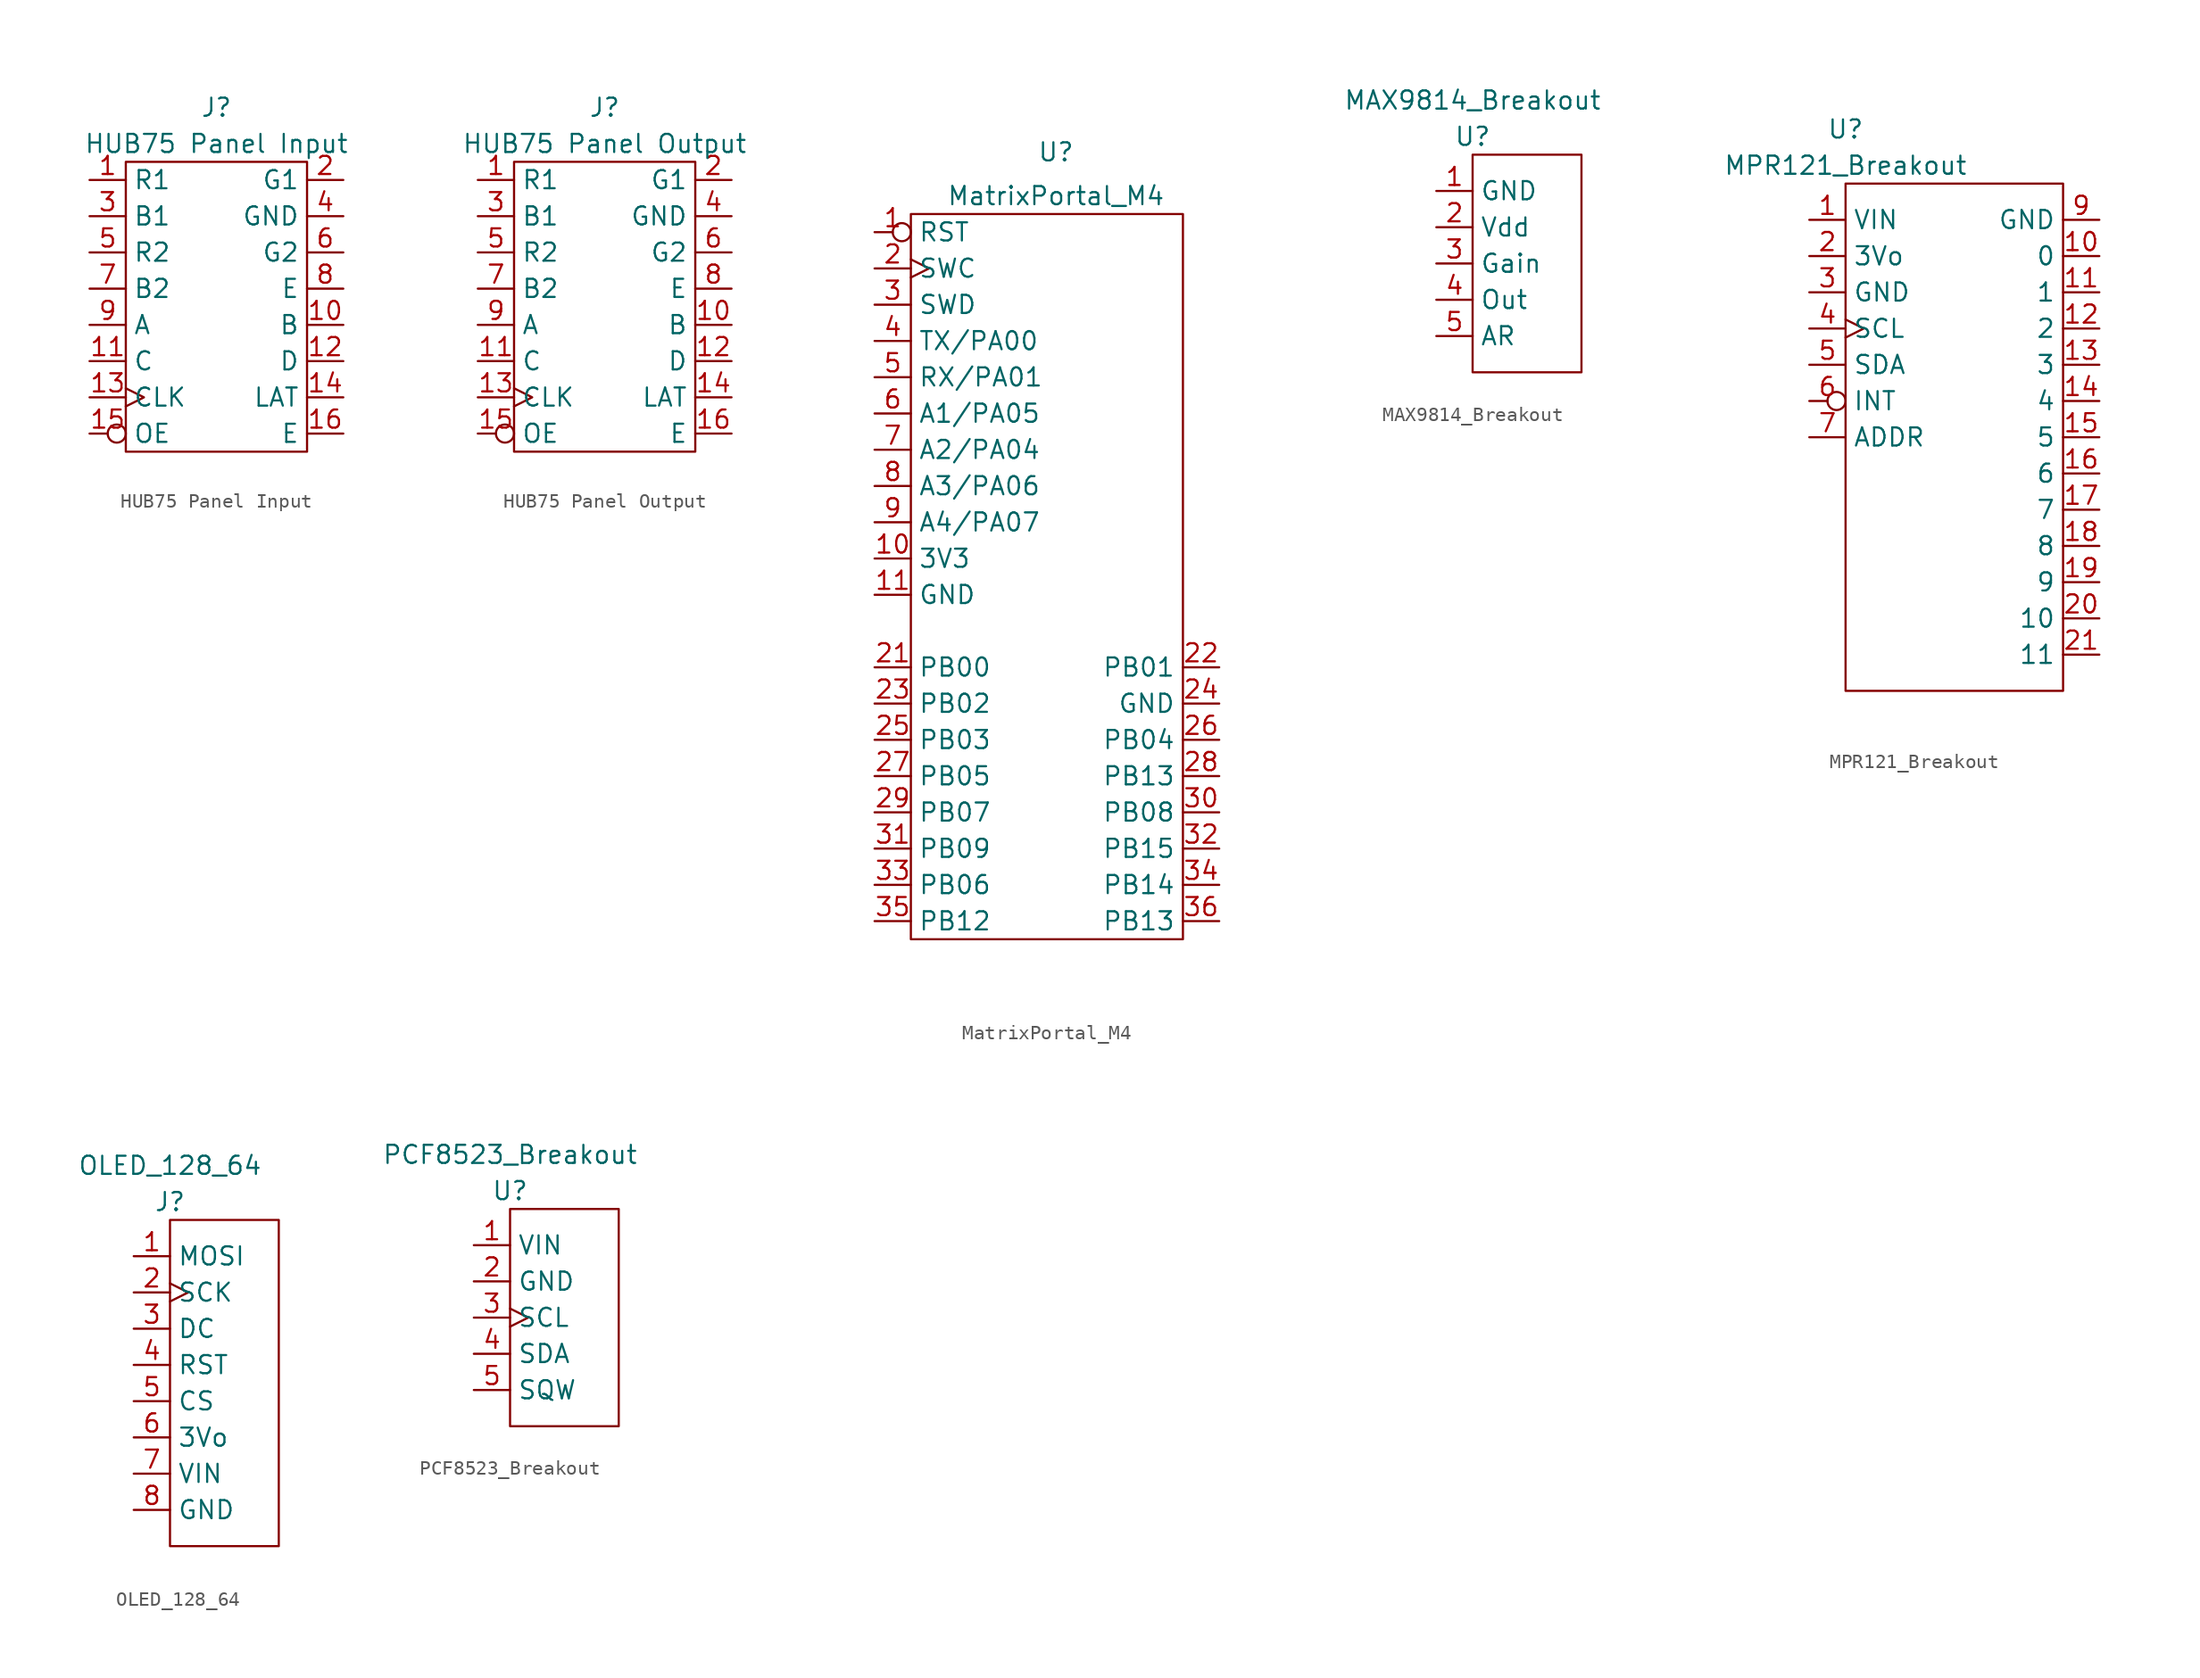
<source format=kicad_sym>
(kicad_symbol_lib
  (version 20211014)
  (generator kicad_symbol_editor)
  (symbol "HUB75 Panel Input"
    (property "Reference" "J"
      (at 0 1.27 0)
      (effects (font (size 1.27 1.27))))
    (property "Value" "HUB75 Panel Input"
      (at 0 -1.27 0)
      (effects (font (size 1.27 1.27))))
    (symbol "HUB75 Panel Input_0_1"
      (rectangle (start -6.35 -2.54) (end 6.35 -22.86) (stroke (width 0) (type default) (color 0 0 0 0)) (fill (type none))))
    (symbol "HUB75 Panel Input_1_1"
      (pin input line (at -8.89 -3.81 0) (length 2.54) (name "R1" (effects (font (size 1.27 1.27)))) (number "1" (effects (font (size 1.27 1.27)))))
      (pin input line (at 8.89 -13.97 180) (length 2.54) (name "B" (effects (font (size 1.27 1.27)))) (number "10" (effects (font (size 1.27 1.27)))))
      (pin input line (at -8.89 -16.51 0) (length 2.54) (name "C" (effects (font (size 1.27 1.27)))) (number "11" (effects (font (size 1.27 1.27)))))
      (pin input line (at 8.89 -16.51 180) (length 2.54) (name "D" (effects (font (size 1.27 1.27)))) (number "12" (effects (font (size 1.27 1.27)))))
      (pin input clock (at -8.89 -19.05 0) (length 2.54) (name "CLK" (effects (font (size 1.27 1.27)))) (number "13" (effects (font (size 1.27 1.27)))))
      (pin input line (at 8.89 -19.05 180) (length 2.54) (name "LAT" (effects (font (size 1.27 1.27)))) (number "14" (effects (font (size 1.27 1.27)))))
      (pin input inverted (at -8.89 -21.59 0) (length 2.54) (name "OE" (effects (font (size 1.27 1.27)))) (number "15" (effects (font (size 1.27 1.27)))))
      (pin input line (at 8.89 -21.59 180) (length 2.54) (name "E" (effects (font (size 1.27 1.27)))) (number "16" (effects (font (size 1.27 1.27)))))
      (pin input line (at 8.89 -3.81 180) (length 2.54) (name "G1" (effects (font (size 1.27 1.27)))) (number "2" (effects (font (size 1.27 1.27)))))
      (pin input line (at -8.89 -6.35 0) (length 2.54) (name "B1" (effects (font (size 1.27 1.27)))) (number "3" (effects (font (size 1.27 1.27)))))
      (pin power_in line (at 8.89 -6.35 180) (length 2.54) (name "GND" (effects (font (size 1.27 1.27)))) (number "4" (effects (font (size 1.27 1.27)))))
      (pin input line (at -8.89 -8.89 0) (length 2.54) (name "R2" (effects (font (size 1.27 1.27)))) (number "5" (effects (font (size 1.27 1.27)))))
      (pin input line (at 8.89 -8.89 180) (length 2.54) (name "G2" (effects (font (size 1.27 1.27)))) (number "6" (effects (font (size 1.27 1.27)))))
      (pin input line (at -8.89 -11.43 0) (length 2.54) (name "B2" (effects (font (size 1.27 1.27)))) (number "7" (effects (font (size 1.27 1.27)))))
      (pin input line (at 8.89 -11.43 180) (length 2.54) (name "E" (effects (font (size 1.27 1.27)))) (number "8" (effects (font (size 1.27 1.27)))))
      (pin input line (at -8.89 -13.97 0) (length 2.54) (name "A" (effects (font (size 1.27 1.27)))) (number "9" (effects (font (size 1.27 1.27)))))))
  (symbol "HUB75 Panel Output"
    (property "Reference" "J"
      (at 0 1.27 0)
      (effects (font (size 1.27 1.27))))
    (property "Value" "HUB75 Panel Output"
      (at 0 -1.27 0)
      (effects (font (size 1.27 1.27))))
    (symbol "HUB75 Panel Output_0_1"
      (rectangle (start -6.35 -2.54) (end 6.35 -22.86) (stroke (width 0) (type default) (color 0 0 0 0)) (fill (type none))))
    (symbol "HUB75 Panel Output_1_1"
      (pin output line (at -8.89 -3.81 0) (length 2.54) (name "R1" (effects (font (size 1.27 1.27)))) (number "1" (effects (font (size 1.27 1.27)))))
      (pin output line (at 8.89 -13.97 180) (length 2.54) (name "B" (effects (font (size 1.27 1.27)))) (number "10" (effects (font (size 1.27 1.27)))))
      (pin output line (at -8.89 -16.51 0) (length 2.54) (name "C" (effects (font (size 1.27 1.27)))) (number "11" (effects (font (size 1.27 1.27)))))
      (pin output line (at 8.89 -16.51 180) (length 2.54) (name "D" (effects (font (size 1.27 1.27)))) (number "12" (effects (font (size 1.27 1.27)))))
      (pin output clock (at -8.89 -19.05 0) (length 2.54) (name "CLK" (effects (font (size 1.27 1.27)))) (number "13" (effects (font (size 1.27 1.27)))))
      (pin output line (at 8.89 -19.05 180) (length 2.54) (name "LAT" (effects (font (size 1.27 1.27)))) (number "14" (effects (font (size 1.27 1.27)))))
      (pin output inverted (at -8.89 -21.59 0) (length 2.54) (name "OE" (effects (font (size 1.27 1.27)))) (number "15" (effects (font (size 1.27 1.27)))))
      (pin output line (at 8.89 -21.59 180) (length 2.54) (name "E" (effects (font (size 1.27 1.27)))) (number "16" (effects (font (size 1.27 1.27)))))
      (pin output line (at 8.89 -3.81 180) (length 2.54) (name "G1" (effects (font (size 1.27 1.27)))) (number "2" (effects (font (size 1.27 1.27)))))
      (pin output line (at -8.89 -6.35 0) (length 2.54) (name "B1" (effects (font (size 1.27 1.27)))) (number "3" (effects (font (size 1.27 1.27)))))
      (pin power_in line (at 8.89 -6.35 180) (length 2.54) (name "GND" (effects (font (size 1.27 1.27)))) (number "4" (effects (font (size 1.27 1.27)))))
      (pin output line (at -8.89 -8.89 0) (length 2.54) (name "R2" (effects (font (size 1.27 1.27)))) (number "5" (effects (font (size 1.27 1.27)))))
      (pin output line (at 8.89 -8.89 180) (length 2.54) (name "G2" (effects (font (size 1.27 1.27)))) (number "6" (effects (font (size 1.27 1.27)))))
      (pin output line (at -8.89 -11.43 0) (length 2.54) (name "B2" (effects (font (size 1.27 1.27)))) (number "7" (effects (font (size 1.27 1.27)))))
      (pin output line (at 8.89 -11.43 180) (length 2.54) (name "E" (effects (font (size 1.27 1.27)))) (number "8" (effects (font (size 1.27 1.27)))))
      (pin output line (at -8.89 -13.97 0) (length 2.54) (name "A" (effects (font (size 1.27 1.27)))) (number "9" (effects (font (size 1.27 1.27)))))))
  (symbol "MatrixPortal_M4"
    (property "Reference" "U"
      (at 0 1.27 0)
      (effects (font (size 1.27 1.27)) (justify top)))
    (property "Value" "MatrixPortal_M4"
      (at 0 -2.54 0)
      (effects (font (size 1.27 1.27))))
    (symbol "MatrixPortal_M4_0_1"
      (rectangle (start -10.16 -3.81) (end 8.89 -54.61) (stroke (width 0) (type default) (color 0 0 0 0)) (fill (type none))))
    (symbol "MatrixPortal_M4_1_1"
      (pin input inverted (at -12.7 -5.08 0) (length 2.54) (name "RST" (effects (font (size 1.27 1.27)))) (number "1" (effects (font (size 1.27 1.27)))))
      (pin power_out line (at -12.7 -27.94 0) (length 2.54) (name "3V3" (effects (font (size 1.27 1.27)))) (number "10" (effects (font (size 1.27 1.27)))))
      (pin power_out line (at -12.7 -30.48 0) (length 2.54) (name "GND" (effects (font (size 1.27 1.27)))) (number "11" (effects (font (size 1.27 1.27)))))
      (pin input clock (at -12.7 -7.62 0) (length 2.54) (name "SWC" (effects (font (size 1.27 1.27)))) (number "2" (effects (font (size 1.27 1.27)))))
      (pin output line (at -12.7 -35.56 0) (length 2.54) (name "PB00" (effects (font (size 1.27 1.27)))) (number "21" (effects (font (size 1.27 1.27)))))
      (pin output line (at 11.43 -35.56 180) (length 2.54) (name "PB01" (effects (font (size 1.27 1.27)))) (number "22" (effects (font (size 1.27 1.27)))))
      (pin output line (at -12.7 -38.1 0) (length 2.54) (name "PB02" (effects (font (size 1.27 1.27)))) (number "23" (effects (font (size 1.27 1.27)))))
      (pin passive line (at 11.43 -38.1 180) (length 2.54) (name "GND" (effects (font (size 1.27 1.27)))) (number "24" (effects (font (size 1.27 1.27)))))
      (pin output line (at -12.7 -40.64 0) (length 2.54) (name "PB03" (effects (font (size 1.27 1.27)))) (number "25" (effects (font (size 1.27 1.27)))))
      (pin output line (at 11.43 -40.64 180) (length 2.54) (name "PB04" (effects (font (size 1.27 1.27)))) (number "26" (effects (font (size 1.27 1.27)))))
      (pin output line (at -12.7 -43.18 0) (length 2.54) (name "PB05" (effects (font (size 1.27 1.27)))) (number "27" (effects (font (size 1.27 1.27)))))
      (pin output line (at 11.43 -43.18 180) (length 2.54) (name "PB13" (effects (font (size 1.27 1.27)))) (number "28" (effects (font (size 1.27 1.27)))))
      (pin output line (at -12.7 -45.72 0) (length 2.54) (name "PB07" (effects (font (size 1.27 1.27)))) (number "29" (effects (font (size 1.27 1.27)))))
      (pin bidirectional line (at -12.7 -10.16 0) (length 2.54) (name "SWD" (effects (font (size 1.27 1.27)))) (number "3" (effects (font (size 1.27 1.27)))))
      (pin output line (at 11.43 -45.72 180) (length 2.54) (name "PB08" (effects (font (size 1.27 1.27)))) (number "30" (effects (font (size 1.27 1.27)))))
      (pin output line (at -12.7 -48.26 0) (length 2.54) (name "PB09" (effects (font (size 1.27 1.27)))) (number "31" (effects (font (size 1.27 1.27)))))
      (pin output line (at 11.43 -48.26 180) (length 2.54) (name "PB15" (effects (font (size 1.27 1.27)))) (number "32" (effects (font (size 1.27 1.27)))))
      (pin output line (at -12.7 -50.8 0) (length 2.54) (name "PB06" (effects (font (size 1.27 1.27)))) (number "33" (effects (font (size 1.27 1.27)))))
      (pin output line (at 11.43 -50.8 180) (length 2.54) (name "PB14" (effects (font (size 1.27 1.27)))) (number "34" (effects (font (size 1.27 1.27)))))
      (pin output line (at -12.7 -53.34 0) (length 2.54) (name "PB12" (effects (font (size 1.27 1.27)))) (number "35" (effects (font (size 1.27 1.27)))))
      (pin output line (at 11.43 -53.34 180) (length 2.54) (name "PB13" (effects (font (size 1.27 1.27)))) (number "36" (effects (font (size 1.27 1.27)))))
      (pin bidirectional line (at -12.7 -12.7 0) (length 2.54) (name "TX/PA00" (effects (font (size 1.27 1.27)))) (number "4" (effects (font (size 1.27 1.27)))))
      (pin bidirectional line (at -12.7 -15.24 0) (length 2.54) (name "RX/PA01" (effects (font (size 1.27 1.27)))) (number "5" (effects (font (size 1.27 1.27)))))
      (pin bidirectional line (at -12.7 -17.78 0) (length 2.54) (name "A1/PA05" (effects (font (size 1.27 1.27)))) (number "6" (effects (font (size 1.27 1.27)))))
      (pin bidirectional line (at -12.7 -20.32 0) (length 2.54) (name "A2/PA04" (effects (font (size 1.27 1.27)))) (number "7" (effects (font (size 1.27 1.27)))))
      (pin bidirectional line (at -12.7 -22.86 0) (length 2.54) (name "A3/PA06" (effects (font (size 1.27 1.27)))) (number "8" (effects (font (size 1.27 1.27)))))
      (pin bidirectional line (at -12.7 -25.4 0) (length 2.54) (name "A4/PA07" (effects (font (size 1.27 1.27)))) (number "9" (effects (font (size 1.27 1.27)))))))
  (symbol "MAX9814_Breakout"
    (property "Reference" "U"
      (at 0 1.27 0)
      (effects (font (size 1.27 1.27))))
    (property "Value" "MAX9814_Breakout"
      (at 0 3.81 0)
      (effects (font (size 1.27 1.27))))
    (symbol "MAX9814_Breakout_0_1"
      (rectangle (start 0 0) (end 7.62 -15.24) (stroke (width 0) (type default) (color 0 0 0 0)) (fill (type none))))
    (symbol "MAX9814_Breakout_1_1"
      (pin passive line (at -2.54 -2.54 0) (length 2.54) (name "GND" (effects (font (size 1.27 1.27)))) (number "1" (effects (font (size 1.27 1.27)))))
      (pin passive line (at -2.54 -5.08 0) (length 2.54) (name "Vdd" (effects (font (size 1.27 1.27)))) (number "2" (effects (font (size 1.27 1.27)))))
      (pin input line (at -2.54 -7.62 0) (length 2.54) (name "Gain" (effects (font (size 1.27 1.27)))) (number "3" (effects (font (size 1.27 1.27)))))
      (pin output line (at -2.54 -10.16 0) (length 2.54) (name "Out" (effects (font (size 1.27 1.27)))) (number "4" (effects (font (size 1.27 1.27)))))
      (pin input line (at -2.54 -12.7 0) (length 2.54) (name "AR" (effects (font (size 1.27 1.27)))) (number "5" (effects (font (size 1.27 1.27)))))))
  (symbol "MPR121_Breakout"
    (property "Reference" "U"
      (at 0 3.81 0)
      (effects (font (size 1.27 1.27))))
    (property "Value" "MPR121_Breakout"
      (at 0 1.27 0)
      (effects (font (size 1.27 1.27))))
    (symbol "MPR121_Breakout_0_1"
      (rectangle (start 0 0) (end 15.24 -35.56) (stroke (width 0) (type default) (color 0 0 0 0)) (fill (type none))))
    (symbol "MPR121_Breakout_1_1"
      (pin power_in line (at -2.54 -2.54 0) (length 2.54) (name "VIN" (effects (font (size 1.27 1.27)))) (number "1" (effects (font (size 1.27 1.27)))))
      (pin input line (at 17.78 -5.08 180) (length 2.54) (name "0" (effects (font (size 1.27 1.27)))) (number "10" (effects (font (size 1.27 1.27)))))
      (pin input line (at 17.78 -7.62 180) (length 2.54) (name "1" (effects (font (size 1.27 1.27)))) (number "11" (effects (font (size 1.27 1.27)))))
      (pin input line (at 17.78 -10.16 180) (length 2.54) (name "2" (effects (font (size 1.27 1.27)))) (number "12" (effects (font (size 1.27 1.27)))))
      (pin input line (at 17.78 -12.7 180) (length 2.54) (name "3" (effects (font (size 1.27 1.27)))) (number "13" (effects (font (size 1.27 1.27)))))
      (pin input line (at 17.78 -15.24 180) (length 2.54) (name "4" (effects (font (size 1.27 1.27)))) (number "14" (effects (font (size 1.27 1.27)))))
      (pin input line (at 17.78 -17.78 180) (length 2.54) (name "5" (effects (font (size 1.27 1.27)))) (number "15" (effects (font (size 1.27 1.27)))))
      (pin input line (at 17.78 -20.32 180) (length 2.54) (name "6" (effects (font (size 1.27 1.27)))) (number "16" (effects (font (size 1.27 1.27)))))
      (pin input line (at 17.78 -22.86 180) (length 2.54) (name "7" (effects (font (size 1.27 1.27)))) (number "17" (effects (font (size 1.27 1.27)))))
      (pin input line (at 17.78 -25.4 180) (length 2.54) (name "8" (effects (font (size 1.27 1.27)))) (number "18" (effects (font (size 1.27 1.27)))))
      (pin input line (at 17.78 -27.94 180) (length 2.54) (name "9" (effects (font (size 1.27 1.27)))) (number "19" (effects (font (size 1.27 1.27)))))
      (pin power_out line (at -2.54 -5.08 0) (length 2.54) (name "3Vo" (effects (font (size 1.27 1.27)))) (number "2" (effects (font (size 1.27 1.27)))))
      (pin input line (at 17.78 -30.48 180) (length 2.54) (name "10" (effects (font (size 1.27 1.27)))) (number "20" (effects (font (size 1.27 1.27)))))
      (pin input line (at 17.78 -33.02 180) (length 2.54) (name "11" (effects (font (size 1.27 1.27)))) (number "21" (effects (font (size 1.27 1.27)))))
      (pin power_in line (at -2.54 -7.62 0) (length 2.54) (name "GND" (effects (font (size 1.27 1.27)))) (number "3" (effects (font (size 1.27 1.27)))))
      (pin input clock (at -2.54 -10.16 0) (length 2.54) (name "SCL" (effects (font (size 1.27 1.27)))) (number "4" (effects (font (size 1.27 1.27)))))
      (pin bidirectional line (at -2.54 -12.7 0) (length 2.54) (name "SDA" (effects (font (size 1.27 1.27)))) (number "5" (effects (font (size 1.27 1.27)))))
      (pin output inverted (at -2.54 -15.24 0) (length 2.54) (name "INT" (effects (font (size 1.27 1.27)))) (number "6" (effects (font (size 1.27 1.27)))))
      (pin input line (at -2.54 -17.78 0) (length 2.54) (name "ADDR" (effects (font (size 1.27 1.27)))) (number "7" (effects (font (size 1.27 1.27)))))
      (pin input line (at 17.78 -2.54 180) (length 2.54) (name "GND" (effects (font (size 1.27 1.27)))) (number "9" (effects (font (size 1.27 1.27)))))))
  (symbol "OLED_128_64"
    (property "Reference" "J"
      (at 0 1.27 0)
      (effects (font (size 1.27 1.27))))
    (property "Value" "OLED_128_64"
      (at 0 3.81 0)
      (effects (font (size 1.27 1.27))))
    (symbol "OLED_128_64_0_1"
      (rectangle (start 0 0) (end 7.62 -22.86) (stroke (width 0) (type default) (color 0 0 0 0)) (fill (type none))))
    (symbol "OLED_128_64_1_1"
      (pin input line (at -2.54 -2.54 0) (length 2.54) (name "MOSI" (effects (font (size 1.27 1.27)))) (number "1" (effects (font (size 1.27 1.27)))))
      (pin input clock (at -2.54 -5.08 0) (length 2.54) (name "SCK" (effects (font (size 1.27 1.27)))) (number "2" (effects (font (size 1.27 1.27)))))
      (pin input line (at -2.54 -7.62 0) (length 2.54) (name "DC" (effects (font (size 1.27 1.27)))) (number "3" (effects (font (size 1.27 1.27)))))
      (pin input line (at -2.54 -10.16 0) (length 2.54) (name "RST" (effects (font (size 1.27 1.27)))) (number "4" (effects (font (size 1.27 1.27)))))
      (pin input line (at -2.54 -12.7 0) (length 2.54) (name "CS" (effects (font (size 1.27 1.27)))) (number "5" (effects (font (size 1.27 1.27)))))
      (pin power_out line (at -2.54 -15.24 0) (length 2.54) (name "3Vo" (effects (font (size 1.27 1.27)))) (number "6" (effects (font (size 1.27 1.27)))))
      (pin power_in line (at -2.54 -17.78 0) (length 2.54) (name "VIN" (effects (font (size 1.27 1.27)))) (number "7" (effects (font (size 1.27 1.27)))))
      (pin power_in line (at -2.54 -20.32 0) (length 2.54) (name "GND" (effects (font (size 1.27 1.27)))) (number "8" (effects (font (size 1.27 1.27)))))))
  (symbol "PCF8523_Breakout"
    (property "Reference" "U"
      (at 0 1.27 0)
      (effects (font (size 1.27 1.27))))
    (property "Value" "PCF8523_Breakout"
      (at 0 3.81 0)
      (effects (font (size 1.27 1.27))))
    (symbol "PCF8523_Breakout_0_1"
      (rectangle (start 0 0) (end 7.62 -15.24) (stroke (width 0) (type default) (color 0 0 0 0)) (fill (type none))))
    (symbol "PCF8523_Breakout_1_1"
      (pin power_in line (at -2.54 -2.54 0) (length 2.54) (name "VIN" (effects (font (size 1.27 1.27)))) (number "1" (effects (font (size 1.27 1.27)))))
      (pin passive line (at -2.54 -5.08 0) (length 2.54) (name "GND" (effects (font (size 1.27 1.27)))) (number "2" (effects (font (size 1.27 1.27)))))
      (pin bidirectional clock (at -2.54 -7.62 0) (length 2.54) (name "SCL" (effects (font (size 1.27 1.27)))) (number "3" (effects (font (size 1.27 1.27)))))
      (pin bidirectional line (at -2.54 -10.16 0) (length 2.54) (name "SDA" (effects (font (size 1.27 1.27)))) (number "4" (effects (font (size 1.27 1.27)))))
      (pin output line (at -2.54 -12.7 0) (length 2.54) (name "SQW" (effects (font (size 1.27 1.27)))) (number "5" (effects (font (size 1.27 1.27))))))))
</source>
